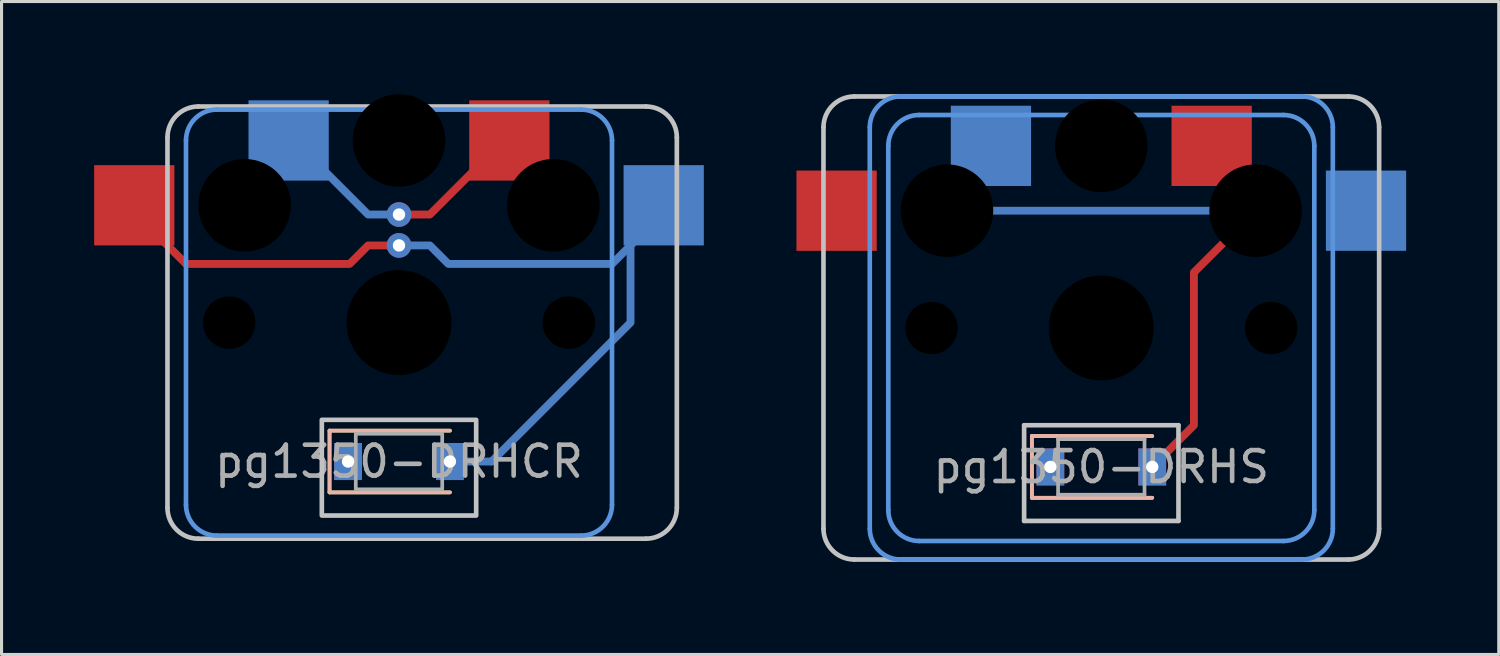
<source format=kicad_pcb>
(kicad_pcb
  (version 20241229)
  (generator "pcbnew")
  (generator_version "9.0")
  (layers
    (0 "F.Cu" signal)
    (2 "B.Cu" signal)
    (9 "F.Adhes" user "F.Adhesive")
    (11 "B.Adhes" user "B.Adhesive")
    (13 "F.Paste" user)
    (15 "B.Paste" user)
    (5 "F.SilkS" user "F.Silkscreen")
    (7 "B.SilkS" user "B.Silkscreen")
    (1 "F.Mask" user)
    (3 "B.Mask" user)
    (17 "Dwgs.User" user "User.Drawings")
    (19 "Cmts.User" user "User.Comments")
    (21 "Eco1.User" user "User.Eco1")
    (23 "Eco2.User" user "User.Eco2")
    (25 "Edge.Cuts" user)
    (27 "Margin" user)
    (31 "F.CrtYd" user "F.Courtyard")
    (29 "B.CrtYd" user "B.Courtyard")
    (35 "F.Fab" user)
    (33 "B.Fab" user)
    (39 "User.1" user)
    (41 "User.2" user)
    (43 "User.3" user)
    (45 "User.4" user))
  (footprint "pg1350-DRHCR"
    (layer "F.Cu")
    (at 9.875 11.9)
    (property "Reference" "pg1350-DRHCR" (at 0 0 0) (layer "F.Fab") (effects (font (size 1 1) (thickness 0.15))))
    (attr smd)
    (fp_line (start -2.25 -1) (end -2.25 1) (stroke (width 0.12) (type solid)) (layer "F.SilkS"))
    (fp_line (start -2.25 1) (end 1.65 1) (stroke (width 0.12) (type solid)) (layer "F.SilkS"))
    (fp_line (start 1.65 -1) (end -2.25 -1) (stroke (width 0.12) (type solid)) (layer "F.SilkS"))
    (fp_line (start -2.25 -1) (end -2.25 1) (stroke (width 0.12) (type solid)) (layer "B.SilkS"))
    (fp_line (start -2.25 1) (end 1.65 1) (stroke (width 0.12) (type solid)) (layer "B.SilkS"))
    (fp_line (start 1.65 -1) (end -2.25 -1) (stroke (width 0.12) (type solid)) (layer "B.SilkS"))
    (fp_line (start -7.5 1.5) (end -7.5 -10.5) (stroke (width 0.15) (type solid)) (layer "Dwgs.User"))
    (fp_line (start -6.5 -11.5) (end 8 -11.5) (stroke (width 0.15) (type solid)) (layer "Dwgs.User"))
    (fp_line (start 8 2.5) (end -6.5 2.5) (stroke (width 0.15) (type solid)) (layer "Dwgs.User"))
    (fp_line (start 9 -10.5) (end 9 1.5) (stroke (width 0.15) (type solid)) (layer "Dwgs.User"))
    (fp_rect (start 2.5 1.75) (end -2.5 -1.35) (stroke (width 0.15) (type solid)) (fill no) (layer "Dwgs.User"))
    (fp_arc (start -7.5 -10.5) (mid -7.207107 -11.207107) (end -6.5 -11.5) (stroke (width 0.15) (type solid)) (layer "Dwgs.User"))
    (fp_arc (start -6.5 2.5) (mid -7.207107 2.207107) (end -7.5 1.5) (stroke (width 0.15) (type solid)) (layer "Dwgs.User"))
    (fp_arc (start 8 -11.5) (mid 8.707107 -11.207107) (end 9 -10.5) (stroke (width 0.15) (type solid)) (layer "Dwgs.User"))
    (fp_arc (start 9 1.5) (mid 8.707107 2.207107) (end 8 2.5) (stroke (width 0.15) (type solid)) (layer "Dwgs.User"))
    (fp_line (start -6.9 1.4) (end -6.9 -10.4) (stroke (width 0.15) (type solid)) (layer "Cmts.User"))
    (fp_line (start -5.9 -11.4) (end 5.9 -11.4) (stroke (width 0.15) (type solid)) (layer "Cmts.User"))
    (fp_line (start 5.9 2.4) (end -5.9 2.4) (stroke (width 0.15) (type solid)) (layer "Cmts.User"))
    (fp_line (start 6.9 -10.4) (end 6.9 1.4) (stroke (width 0.15) (type solid)) (layer "Cmts.User"))
    (fp_arc (start -6.9 -10.4) (mid -6.607107 -11.107107) (end -5.9 -11.4) (stroke (width 0.15) (type solid)) (layer "Cmts.User"))
    (fp_arc (start -5.9 2.4) (mid -6.607107 2.107107) (end -6.9 1.4) (stroke (width 0.15) (type solid)) (layer "Cmts.User"))
    (fp_arc (start 5.9 -11.4) (mid 6.607107 -11.107107) (end 6.9 -10.4) (stroke (width 0.15) (type solid)) (layer "Cmts.User"))
    (fp_arc (start 6.9 1.4) (mid 6.607107 2.107107) (end 5.9 2.4) (stroke (width 0.15) (type solid)) (layer "Cmts.User"))
    (fp_rect (start 1.4 0.9) (end -1.4 -0.9) (stroke (width 0.12) (type solid)) (fill no) (layer "F.Fab"))
    (pad "" np_thru_hole circle (at -5.5 -4.5) (size 1.7 1.7) (drill 1.7) (layers "*.Mask"))
    (pad "" np_thru_hole circle (at -5 -8.3) (size 3 3) (drill 3) (layers "*.Mask"))
    (pad "" np_thru_hole circle (at 0 -10.4) (size 3 3) (drill 3) (layers "*.Mask"))
    (pad "" thru_hole circle (at 0 -8) (size 0.8 0.8) (drill 0.4) (layers "*.Cu"))
    (pad "" thru_hole circle (at 0 -7) (size 0.8 0.8) (drill 0.4) (layers "*.Cu"))
    (pad "" np_thru_hole circle (at 0 -4.5) (size 3.4 3.4) (drill 3.4) (layers "*.Mask"))
    (pad "" np_thru_hole circle (at 5 -8.3) (size 3 3) (drill 3) (layers "*.Mask"))
    (pad "" np_thru_hole circle (at 5.5 -4.5) (size 1.7 1.7) (drill 1.7) (layers "*.Mask"))
    (pad "1" smd rect (at -3.575 -10.4) (size 2.6 2.6) (layers "B.Cu" "B.Mask"))
    (pad "1" smd custom (at 0 -8) (size 0.254 0.254) (layers "F.Cu") (options (anchor circle)) (primitives (gr_line (start 0 0) (end 1 0) (width 0.254)) (gr_line (start 1 0) (end 2.5 -1.5) (width 0.254))))
    (pad "1" smd custom (at 0 -8) (size 0.254 0.254) (layers "B.Cu") (options (anchor circle)) (primitives (gr_line (start 0 0) (end -1 0) (width 0.254)) (gr_line (start -1 0) (end -2.5 -1.5) (width 0.254))))
    (pad "1" smd rect (at 3.575 -10.4) (size 2.6 2.6) (layers "F.Cu" "F.Mask"))
    (pad "2" thru_hole rect (at -1.65 0) (size 0.9 1.2) (drill 0.4) (layers "*.Cu" "*.Mask"))
    (pad "3" smd rect (at -8.575 -8.3) (size 2.6 2.6) (layers "F.Cu" "F.Mask"))
    (pad "3" smd custom (at 0 -7) (size 0.254 0.254) (layers "F.Cu") (options (anchor circle)) (primitives (gr_line (start 0 0) (end -1 0) (width 0.254)) (gr_line (start -1 0) (end -1.6 0.6) (width 0.254)) (gr_line (start -1.6 0.6) (end -6.9 0.6) (width 0.254)) (gr_line (start -6.9 0.6) (end -8 -0.5) (width 0.254))))
    (pad "3" smd custom (at 0 -7) (size 0.254 0.254) (layers "B.Cu") (options (anchor circle)) (primitives (gr_line (start 0 0) (end 1 0) (width 0.254)) (gr_line (start 1 0) (end 1.6 0.6) (width 0.254)) (gr_line (start 1.6 0.6) (end 6.9 0.6) (width 0.254)) (gr_line (start 6.9 0.6) (end 8 -0.5) (width 0.254))))
    (pad "3" thru_hole rect (at 1.65 0) (size 0.9 1.2) (drill 0.4) (layers "*.Cu" "*.Mask"))
    (pad "3" smd oval (at 2.325 0) (size 1.604 0.254) (layers "B.Cu"))
    (pad "3" smd custom (at 3 0) (size 0.254 0.254) (layers "B.Cu") (options (anchor circle)) (primitives (gr_line (start 0 0) (end 4.5 -4.5) (width 0.254)) (gr_line (start 4.5 -4.5) (end 4.5 -8.3) (width 0.254))))
    (pad "3" smd rect (at 8.575 -8.3) (size 2.6 2.6) (layers "B.Cu" "B.Mask")))
  (footprint "pg1350-DRHS"
    (layer "F.Cu")
    (at 32.625 12.075)
    (property "Reference" "pg1350-DRHS" (at 0 0 0) (layer "F.Fab") (effects (font (size 1 1) (thickness 0.15))))
    (attr smd)
    (fp_line (start -2.25 -1) (end -2.25 1) (stroke (width 0.12) (type solid)) (layer "F.SilkS"))
    (fp_line (start -2.25 -1) (end 1.65 -1) (stroke (width 0.12) (type solid)) (layer "F.SilkS"))
    (fp_line (start -2.25 1) (end 1.65 1) (stroke (width 0.12) (type solid)) (layer "F.SilkS"))
    (fp_line (start -2.25 -1) (end -2.25 1) (stroke (width 0.12) (type solid)) (layer "B.SilkS"))
    (fp_line (start -2.25 -1) (end 1.65 -1) (stroke (width 0.12) (type solid)) (layer "B.SilkS"))
    (fp_line (start -2.25 1) (end 1.65 1) (stroke (width 0.12) (type solid)) (layer "B.SilkS"))
    (fp_line (start -9 2) (end -9 -11) (stroke (width 0.15) (type solid)) (layer "Dwgs.User"))
    (fp_line (start -8 -12) (end 8 -12) (stroke (width 0.15) (type solid)) (layer "Dwgs.User"))
    (fp_line (start -2.5 -1.35) (end -2.5 1.75) (stroke (width 0.15) (type solid)) (layer "Dwgs.User"))
    (fp_line (start -2.5 1.75) (end 2.5 1.75) (stroke (width 0.15) (type solid)) (layer "Dwgs.User"))
    (fp_line (start 2.5 -1.35) (end -2.5 -1.35) (stroke (width 0.15) (type solid)) (layer "Dwgs.User"))
    (fp_line (start 2.5 1.75) (end 2.5 -1.35) (stroke (width 0.15) (type solid)) (layer "Dwgs.User"))
    (fp_line (start 8 3) (end -8 3) (stroke (width 0.15) (type solid)) (layer "Dwgs.User"))
    (fp_line (start 9 -11) (end 9 2) (stroke (width 0.15) (type solid)) (layer "Dwgs.User"))
    (fp_arc (start -9 -11) (mid -8.707107 -11.707107) (end -8 -12) (stroke (width 0.15) (type solid)) (layer "Dwgs.User"))
    (fp_arc (start -8 3) (mid -8.707107 2.707107) (end -9 2) (stroke (width 0.15) (type solid)) (layer "Dwgs.User"))
    (fp_arc (start 8 -12) (mid 8.707107 -11.707107) (end 9 -11) (stroke (width 0.15) (type solid)) (layer "Dwgs.User"))
    (fp_arc (start 9 2) (mid 8.707107 2.707107) (end 8 3) (stroke (width 0.15) (type solid)) (layer "Dwgs.User"))
    (fp_line (start -7.5 2) (end -7.5 -11) (stroke (width 0.15) (type solid)) (layer "Cmts.User"))
    (fp_line (start -6.9 1.4) (end -6.9 -10.4) (stroke (width 0.15) (type solid)) (layer "Cmts.User"))
    (fp_line (start -6.5 -12) (end 6.5 -12) (stroke (width 0.15) (type solid)) (layer "Cmts.User"))
    (fp_line (start -5.9 -11.4) (end 5.9 -11.4) (stroke (width 0.15) (type solid)) (layer "Cmts.User"))
    (fp_line (start 5.9 2.4) (end -5.9 2.4) (stroke (width 0.15) (type solid)) (layer "Cmts.User"))
    (fp_line (start 6.5 3) (end -6.5 3) (stroke (width 0.15) (type solid)) (layer "Cmts.User"))
    (fp_line (start 6.9 -10.4) (end 6.9 1.4) (stroke (width 0.15) (type solid)) (layer "Cmts.User"))
    (fp_line (start 7.5 -11) (end 7.5 2) (stroke (width 0.15) (type solid)) (layer "Cmts.User"))
    (fp_arc (start -7.5 -11) (mid -7.207107 -11.707107) (end -6.5 -12) (stroke (width 0.15) (type solid)) (layer "Cmts.User"))
    (fp_arc (start -6.9 -10.4) (mid -6.607107 -11.107107) (end -5.9 -11.4) (stroke (width 0.15) (type solid)) (layer "Cmts.User"))
    (fp_arc (start -6.5 3) (mid -7.207107 2.707107) (end -7.5 2) (stroke (width 0.15) (type solid)) (layer "Cmts.User"))
    (fp_arc (start -5.9 2.4) (mid -6.607107 2.107107) (end -6.9 1.4) (stroke (width 0.15) (type solid)) (layer "Cmts.User"))
    (fp_arc (start 5.9 -11.4) (mid 6.607107 -11.107107) (end 6.9 -10.4) (stroke (width 0.15) (type solid)) (layer "Cmts.User"))
    (fp_arc (start 6.5 -12) (mid 7.207107 -11.707107) (end 7.5 -11) (stroke (width 0.15) (type solid)) (layer "Cmts.User"))
    (fp_arc (start 6.9 1.4) (mid 6.607107 2.107107) (end 5.9 2.4) (stroke (width 0.15) (type solid)) (layer "Cmts.User"))
    (fp_arc (start 7.5 2) (mid 7.207107 2.707107) (end 6.5 3) (stroke (width 0.15) (type solid)) (layer "Cmts.User"))
    (fp_line (start -1.4 -0.9) (end -1.4 0.9) (stroke (width 0.12) (type solid)) (layer "F.Fab"))
    (fp_line (start -1.4 0.9) (end 1.4 0.9) (stroke (width 0.12) (type solid)) (layer "F.Fab"))
    (fp_line (start 1.4 -0.9) (end -1.4 -0.9) (stroke (width 0.12) (type solid)) (layer "F.Fab"))
    (fp_line (start 1.4 0.9) (end 1.4 -0.9) (stroke (width 0.12) (type solid)) (layer "F.Fab"))
    (pad "" smd rect (at -8.575 -8.3) (size 2.6 2.6) (layers "F.Cu" "F.Mask"))
    (pad "" np_thru_hole circle (at -5.5 -4.5) (size 1.7 1.7) (drill 1.7) (layers "*.Mask"))
    (pad "" smd custom (at -5 -8.3) (size 0.254 0.254) (layers "B.Cu") (options (anchor circle)) (primitives (gr_line (start 0 0) (end 10 0) (width 0.254))))
    (pad "" np_thru_hole circle (at -5 -8.3) (size 3 3) (drill 3) (layers "*.Mask"))
    (pad "" np_thru_hole circle (at 0 -10.4) (size 3 3) (drill 3) (layers "*.Mask"))
    (pad "" np_thru_hole circle (at 0 -4.5) (size 3.4 3.4) (drill 3.4) (layers "*.Mask"))
    (pad "" thru_hole rect (at 1.65 0) (size 0.9 1.2) (drill 0.4) (layers "*.Cu" "*.Mask"))
    (pad "" smd custom (at 5 -8.3) (size 0.254 0.254) (layers "F.Cu") (options (anchor circle)) (primitives (gr_line (start 0 0) (end -2 2) (width 0.254)) (gr_line (start -2 2) (end -2 6.95) (width 0.254)) (gr_line (start -2 6.95) (end -3.35 8.3) (width 0.254))))
    (pad "" np_thru_hole circle (at 5 -8.3) (size 3 3) (drill 3) (layers "*.Mask"))
    (pad "" np_thru_hole circle (at 5.5 -4.5) (size 1.7 1.7) (drill 1.7) (layers "*.Mask"))
    (pad "" smd rect (at 8.575 -8.3) (size 2.6 2.6) (layers "B.Cu" "B.Mask"))
    (pad "1" smd rect (at -3.575 -10.4) (size 2.6 2.6) (layers "B.Cu" "B.Mask"))
    (pad "1" smd rect (at 3.575 -10.4) (size 2.6 2.6) (layers "F.Cu" "F.Mask"))
    (pad "2" thru_hole rect (at -1.65 0) (size 0.9 1.2) (drill 0.4) (layers "*.Cu" "*.Mask")))
  (gr_rect
    (start -3 -3)
    (end 45.5 18.15)
    (stroke (width 0.1) (type default))
    (fill no)
    (layer "Edge.Cuts")))
</source>
